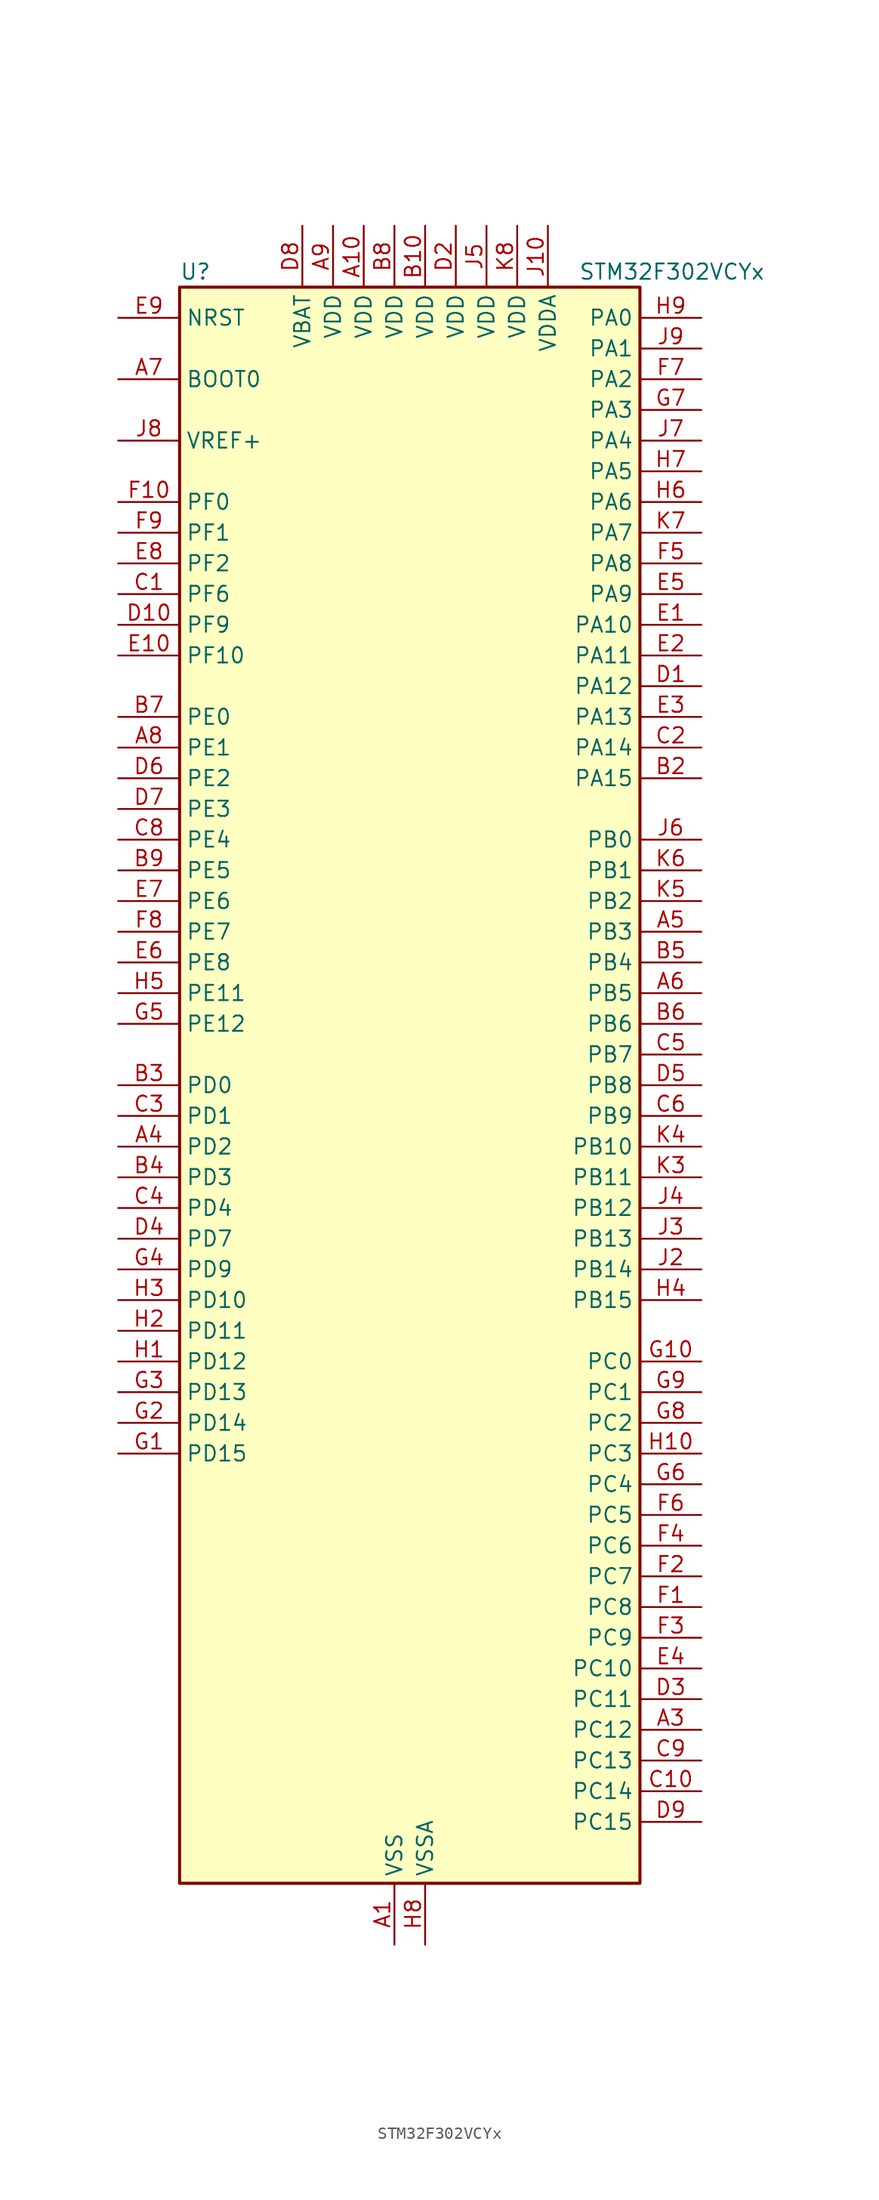
<source format=kicad_sym>
(kicad_symbol_lib
  (version 20220914)
  (generator kicad_symbol_editor)
  (symbol "STM32F302VCYx"
    (property "Reference" "U"
      (at -17.78 67.31 0)
      (effects (font (size 1.27 1.27)) (justify left)))
    (property "Value" "STM32F302VCYx"
      (at 15.24 67.31 0)
      (effects (font (size 1.27 1.27)) (justify left)))
    (property "ki_locked" ""
      (at 0 0 0)
      (effects (font (size 1.27 1.27))))
    (symbol "STM32F302VCYx_0_1"
      (rectangle (start -17.78 -66.04) (end 20.32 66.04) (stroke (width 0.254) (type default)) (fill (type background))))
    (symbol "STM32F302VCYx_1_1"
      (pin power_in line (at 0 -71.12 90) (length 5.08) (name "VSS" (effects (font (size 1.27 1.27)))) (number "A1" (effects (font (size 1.27 1.27)))))
      (pin power_in line (at -2.54 71.12 270) (length 5.08) (name "VDD" (effects (font (size 1.27 1.27)))) (number "A10" (effects (font (size 1.27 1.27)))))
      (pin passive line (at 0 -71.12 90) (length 5.08) hide (name "VSS" (effects (font (size 1.27 1.27)))) (number "A2" (effects (font (size 1.27 1.27)))))
      (pin bidirectional line (at 25.4 -53.34 180) (length 5.08) (name "PC12" (effects (font (size 1.27 1.27)))) (number "A3" (effects (font (size 1.27 1.27)))) (alternate "I2S3_SD" bidirectional line) (alternate "SPI3_MOSI" bidirectional line) (alternate "UART5_TX" bidirectional line) (alternate "USART3_CK" bidirectional line))
      (pin bidirectional line (at -22.86 -5.08 0) (length 5.08) (name "PD2" (effects (font (size 1.27 1.27)))) (number "A4" (effects (font (size 1.27 1.27)))) (alternate "TIM3_ETR" bidirectional line) (alternate "UART5_RX" bidirectional line))
      (pin bidirectional line (at 25.4 12.7 180) (length 5.08) (name "PB3" (effects (font (size 1.27 1.27)))) (number "A5" (effects (font (size 1.27 1.27)))) (alternate "I2S3_CK" bidirectional line) (alternate "SPI1_SCK" bidirectional line) (alternate "SPI3_SCK" bidirectional line) (alternate "SYS_JTDO-TRACESWO" bidirectional line) (alternate "TIM2_CH2" bidirectional line) (alternate "TIM3_ETR" bidirectional line) (alternate "TIM4_ETR" bidirectional line) (alternate "TSC_G5_IO1" bidirectional line) (alternate "USART2_TX" bidirectional line))
      (pin bidirectional line (at 25.4 7.62 180) (length 5.08) (name "PB5" (effects (font (size 1.27 1.27)))) (number "A6" (effects (font (size 1.27 1.27)))) (alternate "I2C1_SMBA" bidirectional line) (alternate "I2S3_SD" bidirectional line) (alternate "SPI1_MOSI" bidirectional line) (alternate "SPI3_MOSI" bidirectional line) (alternate "TIM16_BKIN" bidirectional line) (alternate "TIM17_CH1" bidirectional line) (alternate "TIM3_CH2" bidirectional line) (alternate "USART2_CK" bidirectional line))
      (pin input line (at -22.86 58.42 0) (length 5.08) (name "BOOT0" (effects (font (size 1.27 1.27)))) (number "A7" (effects (font (size 1.27 1.27)))))
      (pin bidirectional line (at -22.86 27.94 0) (length 5.08) (name "PE1" (effects (font (size 1.27 1.27)))) (number "A8" (effects (font (size 1.27 1.27)))) (alternate "TIM17_CH1" bidirectional line) (alternate "USART1_RX" bidirectional line))
      (pin power_in line (at -5.08 71.12 270) (length 5.08) (name "VDD" (effects (font (size 1.27 1.27)))) (number "A9" (effects (font (size 1.27 1.27)))))
      (pin passive line (at 0 -71.12 90) (length 5.08) hide (name "VSS" (effects (font (size 1.27 1.27)))) (number "B1" (effects (font (size 1.27 1.27)))))
      (pin power_in line (at 2.54 71.12 270) (length 5.08) (name "VDD" (effects (font (size 1.27 1.27)))) (number "B10" (effects (font (size 1.27 1.27)))))
      (pin bidirectional line (at 25.4 25.4 180) (length 5.08) (name "PA15" (effects (font (size 1.27 1.27)))) (number "B2" (effects (font (size 1.27 1.27)))) (alternate "ADC1_EXTI15" bidirectional line) (alternate "ADC2_EXTI15" bidirectional line) (alternate "I2C1_SCL" bidirectional line) (alternate "I2S3_WS" bidirectional line) (alternate "SPI1_NSS" bidirectional line) (alternate "SPI3_NSS" bidirectional line) (alternate "SYS_JTDI" bidirectional line) (alternate "TIM1_BKIN" bidirectional line) (alternate "TIM2_CH1" bidirectional line) (alternate "TIM2_ETR" bidirectional line) (alternate "USART2_RX" bidirectional line))
      (pin bidirectional line (at -22.86 0 0) (length 5.08) (name "PD0" (effects (font (size 1.27 1.27)))) (number "B3" (effects (font (size 1.27 1.27)))) (alternate "CAN_RX" bidirectional line))
      (pin bidirectional line (at -22.86 -7.62 0) (length 5.08) (name "PD3" (effects (font (size 1.27 1.27)))) (number "B4" (effects (font (size 1.27 1.27)))) (alternate "TIM2_CH1" bidirectional line) (alternate "TIM2_ETR" bidirectional line) (alternate "USART2_CTS" bidirectional line))
      (pin bidirectional line (at 25.4 10.16 180) (length 5.08) (name "PB4" (effects (font (size 1.27 1.27)))) (number "B5" (effects (font (size 1.27 1.27)))) (alternate "I2S3_ext_SD" bidirectional line) (alternate "SPI1_MISO" bidirectional line) (alternate "SPI3_MISO" bidirectional line) (alternate "SYS_NJTRST" bidirectional line) (alternate "TIM16_CH1" bidirectional line) (alternate "TIM17_BKIN" bidirectional line) (alternate "TIM3_CH1" bidirectional line) (alternate "TSC_G5_IO2" bidirectional line) (alternate "USART2_RX" bidirectional line))
      (pin bidirectional line (at 25.4 5.08 180) (length 5.08) (name "PB6" (effects (font (size 1.27 1.27)))) (number "B6" (effects (font (size 1.27 1.27)))) (alternate "I2C1_SCL" bidirectional line) (alternate "TIM16_CH1N" bidirectional line) (alternate "TIM4_CH1" bidirectional line) (alternate "TSC_G5_IO3" bidirectional line) (alternate "USART1_TX" bidirectional line))
      (pin bidirectional line (at -22.86 30.48 0) (length 5.08) (name "PE0" (effects (font (size 1.27 1.27)))) (number "B7" (effects (font (size 1.27 1.27)))) (alternate "TIM16_CH1" bidirectional line) (alternate "TIM4_ETR" bidirectional line) (alternate "USART1_TX" bidirectional line))
      (pin power_in line (at 0 71.12 270) (length 5.08) (name "VDD" (effects (font (size 1.27 1.27)))) (number "B8" (effects (font (size 1.27 1.27)))))
      (pin bidirectional line (at -22.86 17.78 0) (length 5.08) (name "PE5" (effects (font (size 1.27 1.27)))) (number "B9" (effects (font (size 1.27 1.27)))) (alternate "SYS_TRACED2" bidirectional line) (alternate "TIM3_CH4" bidirectional line) (alternate "TSC_G7_IO4" bidirectional line))
      (pin bidirectional line (at -22.86 40.64 0) (length 5.08) (name "PF6" (effects (font (size 1.27 1.27)))) (number "C1" (effects (font (size 1.27 1.27)))) (alternate "I2C2_SCL" bidirectional line) (alternate "TIM4_CH4" bidirectional line) (alternate "USART3_DE" bidirectional line) (alternate "USART3_RTS" bidirectional line))
      (pin bidirectional line (at 25.4 -58.42 180) (length 5.08) (name "PC14" (effects (font (size 1.27 1.27)))) (number "C10" (effects (font (size 1.27 1.27)))) (alternate "RCC_OSC32_IN" bidirectional line))
      (pin bidirectional line (at 25.4 27.94 180) (length 5.08) (name "PA14" (effects (font (size 1.27 1.27)))) (number "C2" (effects (font (size 1.27 1.27)))) (alternate "I2C1_SDA" bidirectional line) (alternate "SYS_JTCK-SWCLK" bidirectional line) (alternate "TIM1_BKIN" bidirectional line) (alternate "TSC_G4_IO4" bidirectional line) (alternate "USART2_TX" bidirectional line))
      (pin bidirectional line (at -22.86 -2.54 0) (length 5.08) (name "PD1" (effects (font (size 1.27 1.27)))) (number "C3" (effects (font (size 1.27 1.27)))) (alternate "CAN_TX" bidirectional line))
      (pin bidirectional line (at -22.86 -10.16 0) (length 5.08) (name "PD4" (effects (font (size 1.27 1.27)))) (number "C4" (effects (font (size 1.27 1.27)))) (alternate "TIM2_CH2" bidirectional line) (alternate "USART2_DE" bidirectional line) (alternate "USART2_RTS" bidirectional line))
      (pin bidirectional line (at 25.4 2.54 180) (length 5.08) (name "PB7" (effects (font (size 1.27 1.27)))) (number "C5" (effects (font (size 1.27 1.27)))) (alternate "I2C1_SDA" bidirectional line) (alternate "TIM17_CH1N" bidirectional line) (alternate "TIM3_CH4" bidirectional line) (alternate "TIM4_CH2" bidirectional line) (alternate "TSC_G5_IO4" bidirectional line) (alternate "USART1_RX" bidirectional line))
      (pin bidirectional line (at 25.4 -2.54 180) (length 5.08) (name "PB9" (effects (font (size 1.27 1.27)))) (number "C6" (effects (font (size 1.27 1.27)))) (alternate "CAN_TX" bidirectional line) (alternate "COMP2_OUT" bidirectional line) (alternate "DAC_EXTI9" bidirectional line) (alternate "I2C1_SDA" bidirectional line) (alternate "IR_OUT" bidirectional line) (alternate "TIM17_CH1" bidirectional line) (alternate "TIM4_CH4" bidirectional line))
      (pin passive line (at 0 -71.12 90) (length 5.08) hide (name "VSS" (effects (font (size 1.27 1.27)))) (number "C7" (effects (font (size 1.27 1.27)))))
      (pin bidirectional line (at -22.86 20.32 0) (length 5.08) (name "PE4" (effects (font (size 1.27 1.27)))) (number "C8" (effects (font (size 1.27 1.27)))) (alternate "SYS_TRACED1" bidirectional line) (alternate "TIM3_CH3" bidirectional line) (alternate "TSC_G7_IO3" bidirectional line))
      (pin bidirectional line (at 25.4 -55.88 180) (length 5.08) (name "PC13" (effects (font (size 1.27 1.27)))) (number "C9" (effects (font (size 1.27 1.27)))) (alternate "RTC_OUT_ALARM" bidirectional line) (alternate "RTC_OUT_CALIB" bidirectional line) (alternate "RTC_TAMP1" bidirectional line) (alternate "RTC_TS" bidirectional line) (alternate "SYS_WKUP2" bidirectional line) (alternate "TIM1_CH1N" bidirectional line))
      (pin bidirectional line (at 25.4 33.02 180) (length 5.08) (name "PA12" (effects (font (size 1.27 1.27)))) (number "D1" (effects (font (size 1.27 1.27)))) (alternate "CAN_TX" bidirectional line) (alternate "COMP2_OUT" bidirectional line) (alternate "TIM16_CH1" bidirectional line) (alternate "TIM1_CH2N" bidirectional line) (alternate "TIM1_ETR" bidirectional line) (alternate "TIM4_CH2" bidirectional line) (alternate "USART1_DE" bidirectional line) (alternate "USART1_RTS" bidirectional line) (alternate "USB_DP" bidirectional line))
      (pin bidirectional line (at -22.86 38.1 0) (length 5.08) (name "PF9" (effects (font (size 1.27 1.27)))) (number "D10" (effects (font (size 1.27 1.27)))) (alternate "DAC_EXTI9" bidirectional line) (alternate "SPI2_SCK" bidirectional line) (alternate "TIM15_CH1" bidirectional line))
      (pin power_in line (at 5.08 71.12 270) (length 5.08) (name "VDD" (effects (font (size 1.27 1.27)))) (number "D2" (effects (font (size 1.27 1.27)))))
      (pin bidirectional line (at 25.4 -50.8 180) (length 5.08) (name "PC11" (effects (font (size 1.27 1.27)))) (number "D3" (effects (font (size 1.27 1.27)))) (alternate "ADC1_EXTI11" bidirectional line) (alternate "ADC2_EXTI11" bidirectional line) (alternate "I2S3_ext_SD" bidirectional line) (alternate "SPI3_MISO" bidirectional line) (alternate "UART4_RX" bidirectional line) (alternate "USART3_RX" bidirectional line))
      (pin bidirectional line (at -22.86 -12.7 0) (length 5.08) (name "PD7" (effects (font (size 1.27 1.27)))) (number "D4" (effects (font (size 1.27 1.27)))) (alternate "TIM2_CH3" bidirectional line) (alternate "USART2_CK" bidirectional line))
      (pin bidirectional line (at 25.4 0 180) (length 5.08) (name "PB8" (effects (font (size 1.27 1.27)))) (number "D5" (effects (font (size 1.27 1.27)))) (alternate "CAN_RX" bidirectional line) (alternate "COMP1_OUT" bidirectional line) (alternate "I2C1_SCL" bidirectional line) (alternate "TIM16_CH1" bidirectional line) (alternate "TIM1_BKIN" bidirectional line) (alternate "TIM4_CH3" bidirectional line) (alternate "TSC_SYNC" bidirectional line))
      (pin bidirectional line (at -22.86 25.4 0) (length 5.08) (name "PE2" (effects (font (size 1.27 1.27)))) (number "D6" (effects (font (size 1.27 1.27)))) (alternate "SYS_TRACECK" bidirectional line) (alternate "TIM3_CH1" bidirectional line) (alternate "TSC_G7_IO1" bidirectional line))
      (pin bidirectional line (at -22.86 22.86 0) (length 5.08) (name "PE3" (effects (font (size 1.27 1.27)))) (number "D7" (effects (font (size 1.27 1.27)))) (alternate "SYS_TRACED0" bidirectional line) (alternate "TIM3_CH2" bidirectional line) (alternate "TSC_G7_IO2" bidirectional line))
      (pin power_in line (at -7.62 71.12 270) (length 5.08) (name "VBAT" (effects (font (size 1.27 1.27)))) (number "D8" (effects (font (size 1.27 1.27)))))
      (pin bidirectional line (at 25.4 -60.96 180) (length 5.08) (name "PC15" (effects (font (size 1.27 1.27)))) (number "D9" (effects (font (size 1.27 1.27)))) (alternate "ADC1_EXTI15" bidirectional line) (alternate "ADC2_EXTI15" bidirectional line) (alternate "RCC_OSC32_OUT" bidirectional line))
      (pin bidirectional line (at 25.4 38.1 180) (length 5.08) (name "PA10" (effects (font (size 1.27 1.27)))) (number "E1" (effects (font (size 1.27 1.27)))) (alternate "COMP6_OUT" bidirectional line) (alternate "I2C2_SDA" bidirectional line) (alternate "TIM17_BKIN" bidirectional line) (alternate "TIM1_CH3" bidirectional line) (alternate "TIM2_CH4" bidirectional line) (alternate "TSC_G4_IO2" bidirectional line) (alternate "USART1_RX" bidirectional line))
      (pin bidirectional line (at -22.86 35.56 0) (length 5.08) (name "PF10" (effects (font (size 1.27 1.27)))) (number "E10" (effects (font (size 1.27 1.27)))) (alternate "SPI2_SCK" bidirectional line) (alternate "TIM15_CH2" bidirectional line))
      (pin bidirectional line (at 25.4 35.56 180) (length 5.08) (name "PA11" (effects (font (size 1.27 1.27)))) (number "E2" (effects (font (size 1.27 1.27)))) (alternate "ADC1_EXTI11" bidirectional line) (alternate "ADC2_EXTI11" bidirectional line) (alternate "CAN_RX" bidirectional line) (alternate "COMP1_OUT" bidirectional line) (alternate "TIM1_BKIN2" bidirectional line) (alternate "TIM1_CH1N" bidirectional line) (alternate "TIM1_CH4" bidirectional line) (alternate "TIM4_CH1" bidirectional line) (alternate "USART1_CTS" bidirectional line) (alternate "USB_DM" bidirectional line))
      (pin bidirectional line (at 25.4 30.48 180) (length 5.08) (name "PA13" (effects (font (size 1.27 1.27)))) (number "E3" (effects (font (size 1.27 1.27)))) (alternate "IR_OUT" bidirectional line) (alternate "SYS_JTMS-SWDIO" bidirectional line) (alternate "TIM16_CH1N" bidirectional line) (alternate "TIM4_CH3" bidirectional line) (alternate "TSC_G4_IO3" bidirectional line) (alternate "USART3_CTS" bidirectional line))
      (pin bidirectional line (at 25.4 -48.26 180) (length 5.08) (name "PC10" (effects (font (size 1.27 1.27)))) (number "E4" (effects (font (size 1.27 1.27)))) (alternate "I2S3_CK" bidirectional line) (alternate "SPI3_SCK" bidirectional line) (alternate "UART4_TX" bidirectional line) (alternate "USART3_TX" bidirectional line))
      (pin bidirectional line (at 25.4 40.64 180) (length 5.08) (name "PA9" (effects (font (size 1.27 1.27)))) (number "E5" (effects (font (size 1.27 1.27)))) (alternate "DAC_EXTI9" bidirectional line) (alternate "I2C2_SCL" bidirectional line) (alternate "I2S3_MCK" bidirectional line) (alternate "TIM15_BKIN" bidirectional line) (alternate "TIM1_CH2" bidirectional line) (alternate "TIM2_CH3" bidirectional line) (alternate "TSC_G4_IO1" bidirectional line) (alternate "USART1_TX" bidirectional line))
      (pin bidirectional line (at -22.86 10.16 0) (length 5.08) (name "PE8" (effects (font (size 1.27 1.27)))) (number "E6" (effects (font (size 1.27 1.27)))) (alternate "COMP4_INM" bidirectional line) (alternate "TIM1_CH1N" bidirectional line))
      (pin bidirectional line (at -22.86 15.24 0) (length 5.08) (name "PE6" (effects (font (size 1.27 1.27)))) (number "E7" (effects (font (size 1.27 1.27)))) (alternate "RTC_TAMP3" bidirectional line) (alternate "SYS_TRACED3" bidirectional line) (alternate "SYS_WKUP3" bidirectional line))
      (pin bidirectional line (at -22.86 43.18 0) (length 5.08) (name "PF2" (effects (font (size 1.27 1.27)))) (number "E8" (effects (font (size 1.27 1.27)))) (alternate "ADC1_IN10" bidirectional line) (alternate "ADC2_IN10" bidirectional line))
      (pin input line (at -22.86 63.5 0) (length 5.08) (name "NRST" (effects (font (size 1.27 1.27)))) (number "E9" (effects (font (size 1.27 1.27)))))
      (pin bidirectional line (at 25.4 -43.18 180) (length 5.08) (name "PC8" (effects (font (size 1.27 1.27)))) (number "F1" (effects (font (size 1.27 1.27)))) (alternate "TIM3_CH3" bidirectional line))
      (pin bidirectional line (at -22.86 48.26 0) (length 5.08) (name "PF0" (effects (font (size 1.27 1.27)))) (number "F10" (effects (font (size 1.27 1.27)))) (alternate "I2C2_SDA" bidirectional line) (alternate "RCC_OSC_IN" bidirectional line) (alternate "TIM1_CH3N" bidirectional line))
      (pin bidirectional line (at 25.4 -40.64 180) (length 5.08) (name "PC7" (effects (font (size 1.27 1.27)))) (number "F2" (effects (font (size 1.27 1.27)))) (alternate "I2S3_MCK" bidirectional line) (alternate "TIM3_CH2" bidirectional line))
      (pin bidirectional line (at 25.4 -45.72 180) (length 5.08) (name "PC9" (effects (font (size 1.27 1.27)))) (number "F3" (effects (font (size 1.27 1.27)))) (alternate "DAC_EXTI9" bidirectional line) (alternate "I2S_CKIN" bidirectional line) (alternate "TIM3_CH4" bidirectional line))
      (pin bidirectional line (at 25.4 -38.1 180) (length 5.08) (name "PC6" (effects (font (size 1.27 1.27)))) (number "F4" (effects (font (size 1.27 1.27)))) (alternate "COMP6_OUT" bidirectional line) (alternate "I2S2_MCK" bidirectional line) (alternate "TIM3_CH1" bidirectional line))
      (pin bidirectional line (at 25.4 43.18 180) (length 5.08) (name "PA8" (effects (font (size 1.27 1.27)))) (number "F5" (effects (font (size 1.27 1.27)))) (alternate "I2C2_SMBA" bidirectional line) (alternate "I2S2_MCK" bidirectional line) (alternate "RCC_MCO" bidirectional line) (alternate "TIM1_CH1" bidirectional line) (alternate "TIM4_ETR" bidirectional line) (alternate "USART1_CK" bidirectional line))
      (pin bidirectional line (at 25.4 -35.56 180) (length 5.08) (name "PC5" (effects (font (size 1.27 1.27)))) (number "F6" (effects (font (size 1.27 1.27)))) (alternate "ADC2_IN11" bidirectional line) (alternate "OPAMP1_VINM" bidirectional line) (alternate "OPAMP1_VINM_SEC" bidirectional line) (alternate "OPAMP2_VINM" bidirectional line) (alternate "OPAMP2_VINM_SEC" bidirectional line) (alternate "TSC_G3_IO1" bidirectional line) (alternate "USART1_RX" bidirectional line))
      (pin bidirectional line (at 25.4 58.42 180) (length 5.08) (name "PA2" (effects (font (size 1.27 1.27)))) (number "F7" (effects (font (size 1.27 1.27)))) (alternate "ADC1_IN3" bidirectional line) (alternate "COMP2_INM" bidirectional line) (alternate "COMP2_OUT" bidirectional line) (alternate "OPAMP1_VOUT" bidirectional line) (alternate "TIM15_CH1" bidirectional line) (alternate "TIM2_CH3" bidirectional line) (alternate "TSC_G1_IO3" bidirectional line) (alternate "USART2_TX" bidirectional line))
      (pin bidirectional line (at -22.86 12.7 0) (length 5.08) (name "PE7" (effects (font (size 1.27 1.27)))) (number "F8" (effects (font (size 1.27 1.27)))) (alternate "COMP4_INP" bidirectional line) (alternate "TIM1_ETR" bidirectional line))
      (pin bidirectional line (at -22.86 45.72 0) (length 5.08) (name "PF1" (effects (font (size 1.27 1.27)))) (number "F9" (effects (font (size 1.27 1.27)))) (alternate "I2C2_SCL" bidirectional line) (alternate "RCC_OSC_OUT" bidirectional line))
      (pin bidirectional line (at -22.86 -30.48 0) (length 5.08) (name "PD15" (effects (font (size 1.27 1.27)))) (number "G1" (effects (font (size 1.27 1.27)))) (alternate "ADC1_EXTI15" bidirectional line) (alternate "ADC2_EXTI15" bidirectional line) (alternate "SPI2_NSS" bidirectional line) (alternate "TIM4_CH4" bidirectional line) (alternate "TSC_G8_IO4" bidirectional line))
      (pin bidirectional line (at 25.4 -22.86 180) (length 5.08) (name "PC0" (effects (font (size 1.27 1.27)))) (number "G10" (effects (font (size 1.27 1.27)))) (alternate "ADC1_IN6" bidirectional line) (alternate "ADC2_IN6" bidirectional line))
      (pin bidirectional line (at -22.86 -27.94 0) (length 5.08) (name "PD14" (effects (font (size 1.27 1.27)))) (number "G2" (effects (font (size 1.27 1.27)))) (alternate "OPAMP2_VINP" bidirectional line) (alternate "OPAMP2_VINP_SEC" bidirectional line) (alternate "TIM4_CH3" bidirectional line) (alternate "TSC_G8_IO3" bidirectional line))
      (pin bidirectional line (at -22.86 -25.4 0) (length 5.08) (name "PD13" (effects (font (size 1.27 1.27)))) (number "G3" (effects (font (size 1.27 1.27)))) (alternate "TIM4_CH2" bidirectional line) (alternate "TSC_G8_IO2" bidirectional line))
      (pin bidirectional line (at -22.86 -15.24 0) (length 5.08) (name "PD9" (effects (font (size 1.27 1.27)))) (number "G4" (effects (font (size 1.27 1.27)))) (alternate "DAC_EXTI9" bidirectional line) (alternate "USART3_RX" bidirectional line))
      (pin bidirectional line (at -22.86 5.08 0) (length 5.08) (name "PE12" (effects (font (size 1.27 1.27)))) (number "G5" (effects (font (size 1.27 1.27)))) (alternate "TIM1_CH3N" bidirectional line))
      (pin bidirectional line (at 25.4 -33.02 180) (length 5.08) (name "PC4" (effects (font (size 1.27 1.27)))) (number "G6" (effects (font (size 1.27 1.27)))) (alternate "ADC2_IN5" bidirectional line) (alternate "USART1_TX" bidirectional line))
      (pin bidirectional line (at 25.4 55.88 180) (length 5.08) (name "PA3" (effects (font (size 1.27 1.27)))) (number "G7" (effects (font (size 1.27 1.27)))) (alternate "ADC1_IN4" bidirectional line) (alternate "COMP2_INP" bidirectional line) (alternate "OPAMP1_VINM" bidirectional line) (alternate "OPAMP1_VINM_SEC" bidirectional line) (alternate "OPAMP1_VINP" bidirectional line) (alternate "OPAMP1_VINP_SEC" bidirectional line) (alternate "TIM15_CH2" bidirectional line) (alternate "TIM2_CH4" bidirectional line) (alternate "TSC_G1_IO4" bidirectional line) (alternate "USART2_RX" bidirectional line))
      (pin bidirectional line (at 25.4 -27.94 180) (length 5.08) (name "PC2" (effects (font (size 1.27 1.27)))) (number "G8" (effects (font (size 1.27 1.27)))) (alternate "ADC1_IN8" bidirectional line) (alternate "ADC2_IN8" bidirectional line))
      (pin bidirectional line (at 25.4 -25.4 180) (length 5.08) (name "PC1" (effects (font (size 1.27 1.27)))) (number "G9" (effects (font (size 1.27 1.27)))) (alternate "ADC1_IN7" bidirectional line) (alternate "ADC2_IN7" bidirectional line))
      (pin bidirectional line (at -22.86 -22.86 0) (length 5.08) (name "PD12" (effects (font (size 1.27 1.27)))) (number "H1" (effects (font (size 1.27 1.27)))) (alternate "TIM4_CH1" bidirectional line) (alternate "TSC_G8_IO1" bidirectional line) (alternate "USART3_DE" bidirectional line) (alternate "USART3_RTS" bidirectional line))
      (pin bidirectional line (at 25.4 -30.48 180) (length 5.08) (name "PC3" (effects (font (size 1.27 1.27)))) (number "H10" (effects (font (size 1.27 1.27)))) (alternate "ADC1_IN9" bidirectional line) (alternate "ADC2_IN9" bidirectional line) (alternate "TIM1_BKIN2" bidirectional line))
      (pin bidirectional line (at -22.86 -20.32 0) (length 5.08) (name "PD11" (effects (font (size 1.27 1.27)))) (number "H2" (effects (font (size 1.27 1.27)))) (alternate "ADC1_EXTI11" bidirectional line) (alternate "ADC2_EXTI11" bidirectional line) (alternate "COMP6_INP" bidirectional line) (alternate "USART3_CTS" bidirectional line))
      (pin bidirectional line (at -22.86 -17.78 0) (length 5.08) (name "PD10" (effects (font (size 1.27 1.27)))) (number "H3" (effects (font (size 1.27 1.27)))) (alternate "COMP6_INM" bidirectional line) (alternate "USART3_CK" bidirectional line))
      (pin bidirectional line (at 25.4 -17.78 180) (length 5.08) (name "PB15" (effects (font (size 1.27 1.27)))) (number "H4" (effects (font (size 1.27 1.27)))) (alternate "ADC1_EXTI15" bidirectional line) (alternate "ADC2_EXTI15" bidirectional line) (alternate "COMP6_INM" bidirectional line) (alternate "I2S2_SD" bidirectional line) (alternate "RTC_REFIN" bidirectional line) (alternate "SPI2_MOSI" bidirectional line) (alternate "TIM15_CH1N" bidirectional line) (alternate "TIM15_CH2" bidirectional line) (alternate "TIM1_CH3N" bidirectional line))
      (pin bidirectional line (at -22.86 7.62 0) (length 5.08) (name "PE11" (effects (font (size 1.27 1.27)))) (number "H5" (effects (font (size 1.27 1.27)))) (alternate "ADC1_EXTI11" bidirectional line) (alternate "ADC2_EXTI11" bidirectional line) (alternate "TIM1_CH2" bidirectional line))
      (pin bidirectional line (at 25.4 48.26 180) (length 5.08) (name "PA6" (effects (font (size 1.27 1.27)))) (number "H6" (effects (font (size 1.27 1.27)))) (alternate "ADC2_IN3" bidirectional line) (alternate "COMP1_OUT" bidirectional line) (alternate "OPAMP2_VOUT" bidirectional line) (alternate "SPI1_MISO" bidirectional line) (alternate "TIM16_CH1" bidirectional line) (alternate "TIM1_BKIN" bidirectional line) (alternate "TIM3_CH1" bidirectional line) (alternate "TSC_G2_IO3" bidirectional line))
      (pin bidirectional line (at 25.4 50.8 180) (length 5.08) (name "PA5" (effects (font (size 1.27 1.27)))) (number "H7" (effects (font (size 1.27 1.27)))) (alternate "ADC2_IN2" bidirectional line) (alternate "COMP1_INM" bidirectional line) (alternate "COMP2_INM" bidirectional line) (alternate "COMP4_INM" bidirectional line) (alternate "COMP6_INM" bidirectional line) (alternate "OPAMP1_VINP" bidirectional line) (alternate "OPAMP1_VINP_SEC" bidirectional line) (alternate "OPAMP2_VINM" bidirectional line) (alternate "OPAMP2_VINM_SEC" bidirectional line) (alternate "SPI1_SCK" bidirectional line) (alternate "TIM2_CH1" bidirectional line) (alternate "TIM2_ETR" bidirectional line) (alternate "TSC_G2_IO2" bidirectional line))
      (pin power_in line (at 2.54 -71.12 90) (length 5.08) (name "VSSA" (effects (font (size 1.27 1.27)))) (number "H8" (effects (font (size 1.27 1.27)))))
      (pin bidirectional line (at 25.4 63.5 180) (length 5.08) (name "PA0" (effects (font (size 1.27 1.27)))) (number "H9" (effects (font (size 1.27 1.27)))) (alternate "ADC1_IN1" bidirectional line) (alternate "COMP1_INM" bidirectional line) (alternate "COMP1_OUT" bidirectional line) (alternate "RTC_TAMP2" bidirectional line) (alternate "SYS_WKUP1" bidirectional line) (alternate "TIM2_CH1" bidirectional line) (alternate "TIM2_ETR" bidirectional line) (alternate "TSC_G1_IO1" bidirectional line) (alternate "USART2_CTS" bidirectional line))
      (pin passive line (at 0 -71.12 90) (length 5.08) hide (name "VSS" (effects (font (size 1.27 1.27)))) (number "J1" (effects (font (size 1.27 1.27)))))
      (pin power_in line (at 12.7 71.12 270) (length 5.08) (name "VDDA" (effects (font (size 1.27 1.27)))) (number "J10" (effects (font (size 1.27 1.27)))))
      (pin bidirectional line (at 25.4 -15.24 180) (length 5.08) (name "PB14" (effects (font (size 1.27 1.27)))) (number "J2" (effects (font (size 1.27 1.27)))) (alternate "I2S2_ext_SD" bidirectional line) (alternate "OPAMP2_VINP" bidirectional line) (alternate "OPAMP2_VINP_SEC" bidirectional line) (alternate "SPI2_MISO" bidirectional line) (alternate "TIM15_CH1" bidirectional line) (alternate "TIM1_CH2N" bidirectional line) (alternate "TSC_G6_IO4" bidirectional line) (alternate "USART3_DE" bidirectional line) (alternate "USART3_RTS" bidirectional line))
      (pin bidirectional line (at 25.4 -12.7 180) (length 5.08) (name "PB13" (effects (font (size 1.27 1.27)))) (number "J3" (effects (font (size 1.27 1.27)))) (alternate "I2S2_CK" bidirectional line) (alternate "SPI2_SCK" bidirectional line) (alternate "TIM1_CH1N" bidirectional line) (alternate "TSC_G6_IO3" bidirectional line) (alternate "USART3_CTS" bidirectional line))
      (pin bidirectional line (at 25.4 -10.16 180) (length 5.08) (name "PB12" (effects (font (size 1.27 1.27)))) (number "J4" (effects (font (size 1.27 1.27)))) (alternate "I2C2_SMBA" bidirectional line) (alternate "I2S2_WS" bidirectional line) (alternate "SPI2_NSS" bidirectional line) (alternate "TIM1_BKIN" bidirectional line) (alternate "TSC_G6_IO2" bidirectional line) (alternate "USART3_CK" bidirectional line))
      (pin power_in line (at 7.62 71.12 270) (length 5.08) (name "VDD" (effects (font (size 1.27 1.27)))) (number "J5" (effects (font (size 1.27 1.27)))))
      (pin bidirectional line (at 25.4 20.32 180) (length 5.08) (name "PB0" (effects (font (size 1.27 1.27)))) (number "J6" (effects (font (size 1.27 1.27)))) (alternate "COMP4_INP" bidirectional line) (alternate "OPAMP2_VINP" bidirectional line) (alternate "OPAMP2_VINP_SEC" bidirectional line) (alternate "TIM1_CH2N" bidirectional line) (alternate "TIM3_CH3" bidirectional line) (alternate "TSC_G3_IO2" bidirectional line))
      (pin bidirectional line (at 25.4 53.34 180) (length 5.08) (name "PA4" (effects (font (size 1.27 1.27)))) (number "J7" (effects (font (size 1.27 1.27)))) (alternate "ADC2_IN1" bidirectional line) (alternate "COMP1_INM" bidirectional line) (alternate "COMP2_INM" bidirectional line) (alternate "COMP4_INM" bidirectional line) (alternate "COMP6_INM" bidirectional line) (alternate "DAC_OUT1" bidirectional line) (alternate "I2S3_WS" bidirectional line) (alternate "SPI1_NSS" bidirectional line) (alternate "SPI3_NSS" bidirectional line) (alternate "TIM3_CH2" bidirectional line) (alternate "TSC_G2_IO1" bidirectional line) (alternate "USART2_CK" bidirectional line))
      (pin input line (at -22.86 53.34 0) (length 5.08) (name "VREF+" (effects (font (size 1.27 1.27)))) (number "J8" (effects (font (size 1.27 1.27)))))
      (pin bidirectional line (at 25.4 60.96 180) (length 5.08) (name "PA1" (effects (font (size 1.27 1.27)))) (number "J9" (effects (font (size 1.27 1.27)))) (alternate "ADC1_IN2" bidirectional line) (alternate "COMP1_INP" bidirectional line) (alternate "OPAMP1_VINP" bidirectional line) (alternate "OPAMP1_VINP_SEC" bidirectional line) (alternate "RTC_REFIN" bidirectional line) (alternate "TIM15_CH1N" bidirectional line) (alternate "TIM2_CH2" bidirectional line) (alternate "TSC_G1_IO2" bidirectional line) (alternate "USART2_DE" bidirectional line) (alternate "USART2_RTS" bidirectional line))
      (pin passive line (at 0 -71.12 90) (length 5.08) hide (name "VSS" (effects (font (size 1.27 1.27)))) (number "K1" (effects (font (size 1.27 1.27)))))
      (pin passive line (at 0 -71.12 90) (length 5.08) hide (name "VSS" (effects (font (size 1.27 1.27)))) (number "K10" (effects (font (size 1.27 1.27)))))
      (pin passive line (at 0 -71.12 90) (length 5.08) hide (name "VSS" (effects (font (size 1.27 1.27)))) (number "K2" (effects (font (size 1.27 1.27)))))
      (pin bidirectional line (at 25.4 -7.62 180) (length 5.08) (name "PB11" (effects (font (size 1.27 1.27)))) (number "K3" (effects (font (size 1.27 1.27)))) (alternate "ADC1_EXTI11" bidirectional line) (alternate "ADC2_EXTI11" bidirectional line) (alternate "COMP6_INP" bidirectional line) (alternate "TIM2_CH4" bidirectional line) (alternate "TSC_G6_IO1" bidirectional line) (alternate "USART3_RX" bidirectional line))
      (pin bidirectional line (at 25.4 -5.08 180) (length 5.08) (name "PB10" (effects (font (size 1.27 1.27)))) (number "K4" (effects (font (size 1.27 1.27)))) (alternate "TIM2_CH3" bidirectional line) (alternate "TSC_SYNC" bidirectional line) (alternate "USART3_TX" bidirectional line))
      (pin bidirectional line (at 25.4 15.24 180) (length 5.08) (name "PB2" (effects (font (size 1.27 1.27)))) (number "K5" (effects (font (size 1.27 1.27)))) (alternate "ADC2_IN12" bidirectional line) (alternate "COMP4_INM" bidirectional line) (alternate "TSC_G3_IO4" bidirectional line))
      (pin bidirectional line (at 25.4 17.78 180) (length 5.08) (name "PB1" (effects (font (size 1.27 1.27)))) (number "K6" (effects (font (size 1.27 1.27)))) (alternate "COMP4_OUT" bidirectional line) (alternate "TIM1_CH3N" bidirectional line) (alternate "TIM3_CH4" bidirectional line) (alternate "TSC_G3_IO3" bidirectional line))
      (pin bidirectional line (at 25.4 45.72 180) (length 5.08) (name "PA7" (effects (font (size 1.27 1.27)))) (number "K7" (effects (font (size 1.27 1.27)))) (alternate "ADC2_IN4" bidirectional line) (alternate "COMP2_INP" bidirectional line) (alternate "COMP2_OUT" bidirectional line) (alternate "OPAMP1_VINP" bidirectional line) (alternate "OPAMP1_VINP_SEC" bidirectional line) (alternate "OPAMP2_VINP" bidirectional line) (alternate "OPAMP2_VINP_SEC" bidirectional line) (alternate "SPI1_MOSI" bidirectional line) (alternate "TIM17_CH1" bidirectional line) (alternate "TIM1_CH1N" bidirectional line) (alternate "TIM3_CH2" bidirectional line) (alternate "TSC_G2_IO4" bidirectional line))
      (pin power_in line (at 10.16 71.12 270) (length 5.08) (name "VDD" (effects (font (size 1.27 1.27)))) (number "K8" (effects (font (size 1.27 1.27)))))
      (pin passive line (at 0 -71.12 90) (length 5.08) hide (name "VSS" (effects (font (size 1.27 1.27)))) (number "K9" (effects (font (size 1.27 1.27))))))))
</source>
